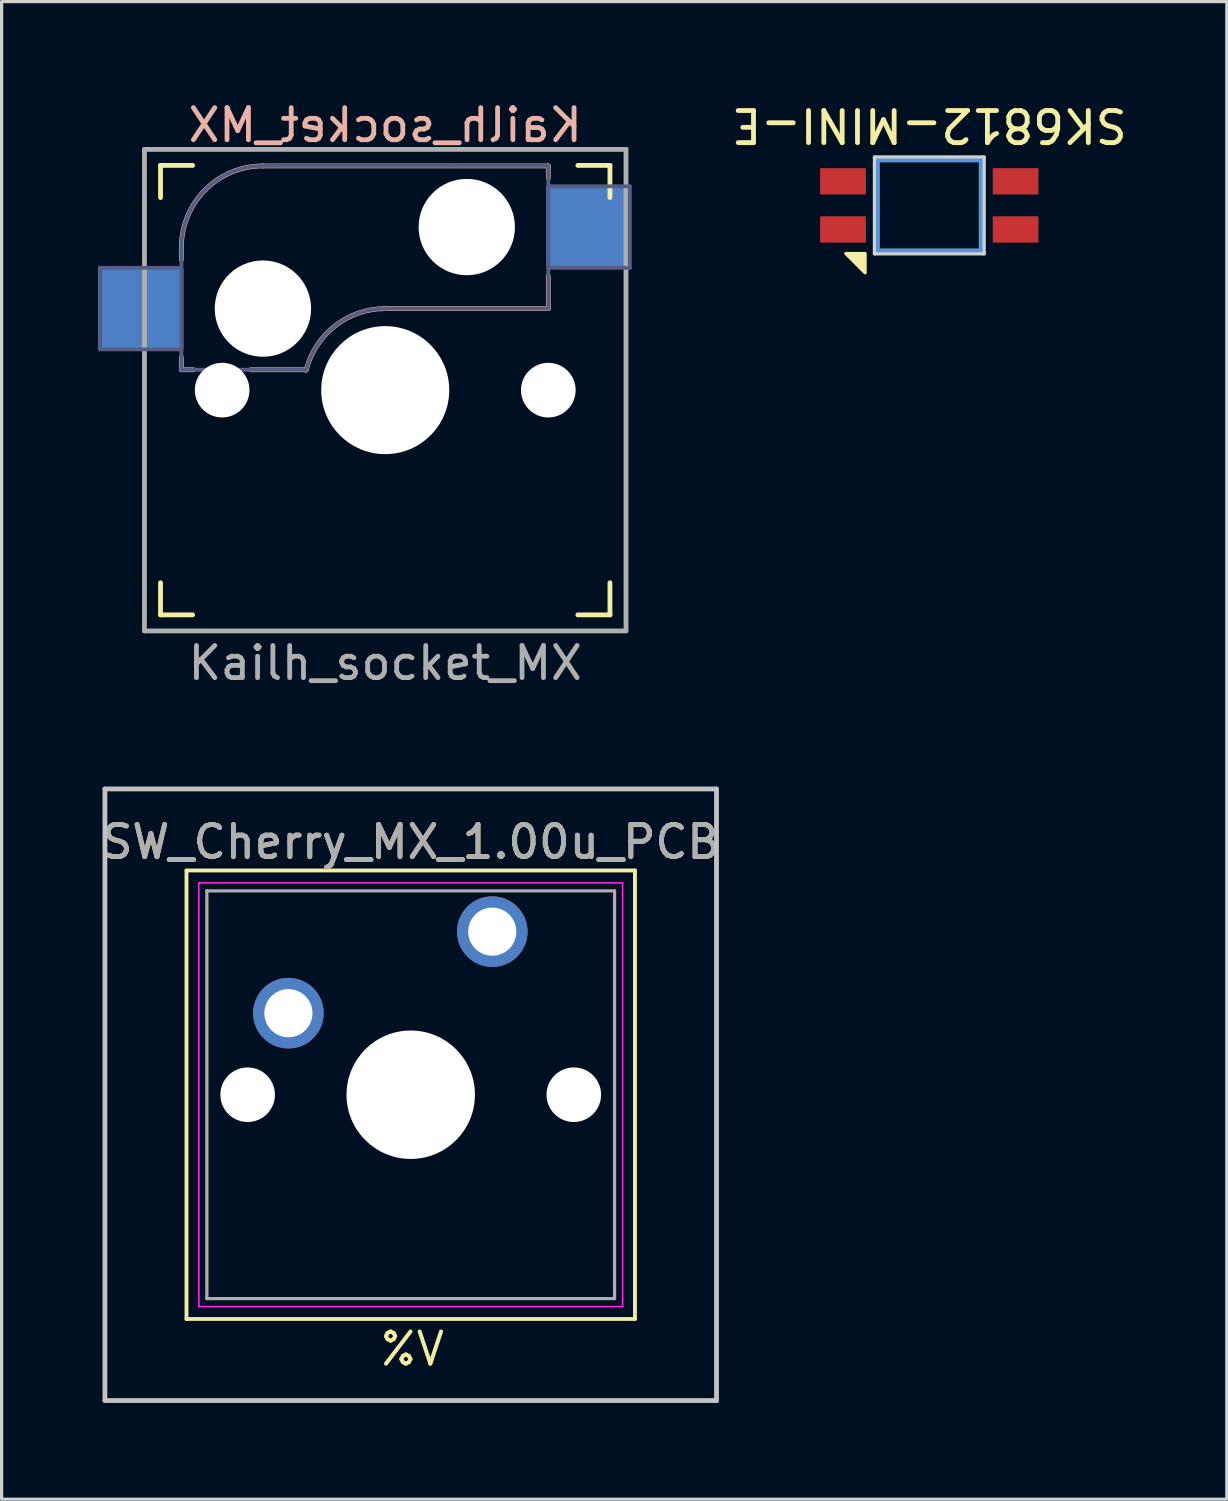
<source format=kicad_pcb>
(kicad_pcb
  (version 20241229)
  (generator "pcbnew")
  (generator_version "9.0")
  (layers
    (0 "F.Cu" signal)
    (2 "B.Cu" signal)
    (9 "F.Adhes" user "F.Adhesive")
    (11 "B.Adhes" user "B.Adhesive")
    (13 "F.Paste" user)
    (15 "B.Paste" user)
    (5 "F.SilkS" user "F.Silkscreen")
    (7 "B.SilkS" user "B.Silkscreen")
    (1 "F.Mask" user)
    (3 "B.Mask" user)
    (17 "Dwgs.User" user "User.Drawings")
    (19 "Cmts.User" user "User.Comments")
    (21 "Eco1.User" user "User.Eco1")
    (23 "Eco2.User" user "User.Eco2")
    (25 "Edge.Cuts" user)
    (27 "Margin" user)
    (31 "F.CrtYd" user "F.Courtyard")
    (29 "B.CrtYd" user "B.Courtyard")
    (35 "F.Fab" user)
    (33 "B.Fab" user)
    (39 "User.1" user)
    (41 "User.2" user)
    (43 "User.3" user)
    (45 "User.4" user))
  (footprint "SK6812-MINI-E"
    (layer "F.Cu")
    (at 25.898 3.348)
    (property "Reference" "SK6812-MINI-E" (at 0 -2.5 180) (unlocked yes) (layer "F.SilkS") (effects (font (size 1 1) (thickness 0.15))))
    (attr through_hole)
    (fp_poly (pts (xy -2.6 1.5) (xy -2 1.5) (xy -2 2.1)) (stroke (width 0.1) (type solid)) (fill yes) (layer "F.SilkS"))
    (fp_line (start -1.6 -1.4) (end 1.6 -1.4) (stroke (width 0.12) (type solid)) (layer "Cmts.User"))
    (fp_line (start -1.6 1.4) (end -1.6 -1.4) (stroke (width 0.12) (type solid)) (layer "Cmts.User"))
    (fp_line (start 1.6 -1.4) (end 1.6 1.4) (stroke (width 0.12) (type solid)) (layer "Cmts.User"))
    (fp_line (start 1.6 1.4) (end -1.6 1.4) (stroke (width 0.12) (type solid)) (layer "Cmts.User"))
    (fp_line (start -1.7 -1.5) (end 1.7 -1.5) (stroke (width 0.12) (type solid)) (layer "Edge.Cuts"))
    (fp_line (start -1.7 1.5) (end -1.7 -1.5) (stroke (width 0.12) (type solid)) (layer "Edge.Cuts"))
    (fp_line (start 1.7 -1.5) (end 1.7 1.5) (stroke (width 0.12) (type solid)) (layer "Edge.Cuts"))
    (fp_line (start 1.7 1.5) (end -1.7 1.5) (stroke (width 0.12) (type solid)) (layer "Edge.Cuts"))
    (pad "1" smd rect (at 2.688 0.75) (size 1.425 0.82) (layers "F.Cu" "F.Mask" "F.Paste"))
    (pad "2" smd rect (at -2.688 0.75) (size 1.425 0.82) (layers "F.Cu" "F.Mask" "F.Paste"))
    (pad "3" smd rect (at -2.688 -0.75) (size 1.425 0.82) (layers "F.Cu" "F.Mask" "F.Paste"))
    (pad "4" smd rect (at 2.688 -0.75) (size 1.425 0.82) (layers "F.Cu" "F.Mask" "F.Paste")))
  (footprint "Kailh_socket_MX"
    (layer "F.Cu")
    (at 8.95 9.103)
    (property "Reference" "Kailh_socket_MX" (at 0 -8.255 0) (layer "B.SilkS") (effects (font (size 1 1) (thickness 0.15)) (justify mirror)))
    (attr smd)
    (fp_line (start -7 -6) (end -7 -7) (stroke (width 0.15) (type solid)) (layer "F.SilkS"))
    (fp_line (start -7 7) (end -7 6) (stroke (width 0.15) (type solid)) (layer "F.SilkS"))
    (fp_line (start -7 7) (end -6 7) (stroke (width 0.15) (type solid)) (layer "F.SilkS"))
    (fp_line (start -6 -7) (end -7 -7) (stroke (width 0.15) (type solid)) (layer "F.SilkS"))
    (fp_line (start 6 7) (end 7 7) (stroke (width 0.15) (type solid)) (layer "F.SilkS"))
    (fp_line (start 7 -7) (end 6 -7) (stroke (width 0.15) (type solid)) (layer "F.SilkS"))
    (fp_line (start 7 -7) (end 7 -6) (stroke (width 0.15) (type solid)) (layer "F.SilkS"))
    (fp_line (start 7 6) (end 7 7) (stroke (width 0.15) (type solid)) (layer "F.SilkS"))
    (fp_line (start -6.35 -4.445) (end -6.35 -4.064) (stroke (width 0.15) (type solid)) (layer "B.SilkS"))
    (fp_line (start -6.35 -1.016) (end -6.35 -0.635) (stroke (width 0.15) (type solid)) (layer "B.SilkS"))
    (fp_line (start -5.969 -0.635) (end -6.35 -0.635) (stroke (width 0.15) (type solid)) (layer "B.SilkS"))
    (fp_line (start -3.81 -6.985) (end 5.08 -6.985) (stroke (width 0.15) (type solid)) (layer "B.SilkS"))
    (fp_line (start -2.464 -0.635) (end -4.191 -0.635) (stroke (width 0.15) (type solid)) (layer "B.SilkS"))
    (fp_line (start 5.08 -6.985) (end 5.08 -6.604) (stroke (width 0.15) (type solid)) (layer "B.SilkS"))
    (fp_line (start 5.08 -3.556) (end 5.08 -2.54) (stroke (width 0.15) (type solid)) (layer "B.SilkS"))
    (fp_line (start 5.08 -2.54) (end 0 -2.54) (stroke (width 0.15) (type solid)) (layer "B.SilkS"))
    (fp_arc (start -6.35 -4.445) (mid -5.606051 -6.241051) (end -3.81 -6.985) (stroke (width 0.15) (type solid)) (layer "B.SilkS"))
    (fp_arc (start -2.464162 -0.61604) (mid -1.563147 -2.002042) (end 0 -2.54) (stroke (width 0.15) (type solid)) (layer "B.SilkS"))
    (fp_line (start -6.9 6.9) (end -6.9 -6.9) (stroke (width 0.15) (type solid)) (layer "Eco2.User"))
    (fp_line (start -6.9 6.9) (end 6.9 6.9) (stroke (width 0.15) (type solid)) (layer "Eco2.User"))
    (fp_line (start 6.9 -6.9) (end -6.9 -6.9) (stroke (width 0.15) (type solid)) (layer "Eco2.User"))
    (fp_line (start 6.9 -6.9) (end 6.9 6.9) (stroke (width 0.15) (type solid)) (layer "Eco2.User"))
    (fp_line (start -8.89 -3.81) (end -6.35 -3.81) (stroke (width 0.12) (type solid)) (layer "B.Fab"))
    (fp_line (start -8.89 -1.27) (end -8.89 -3.81) (stroke (width 0.12) (type solid)) (layer "B.Fab"))
    (fp_line (start -6.35 -1.27) (end -8.89 -1.27) (stroke (width 0.12) (type solid)) (layer "B.Fab"))
    (fp_line (start -6.35 -0.635) (end -6.35 -4.445) (stroke (width 0.12) (type solid)) (layer "B.Fab"))
    (fp_line (start -6.35 -0.635) (end -2.54 -0.635) (stroke (width 0.12) (type solid)) (layer "B.Fab"))
    (fp_line (start -3.81 -6.985) (end 5.08 -6.985) (stroke (width 0.12) (type solid)) (layer "B.Fab"))
    (fp_line (start 5.08 -6.985) (end 5.08 -2.54) (stroke (width 0.12) (type solid)) (layer "B.Fab"))
    (fp_line (start 5.08 -6.35) (end 7.62 -6.35) (stroke (width 0.12) (type solid)) (layer "B.Fab"))
    (fp_line (start 5.08 -2.54) (end 0 -2.54) (stroke (width 0.12) (type solid)) (layer "B.Fab"))
    (fp_line (start 7.62 -6.35) (end 7.62 -3.81) (stroke (width 0.12) (type solid)) (layer "B.Fab"))
    (fp_line (start 7.62 -3.81) (end 5.08 -3.81) (stroke (width 0.12) (type solid)) (layer "B.Fab"))
    (fp_arc (start -6.35 -4.445) (mid -5.606051 -6.241051) (end -3.81 -6.985) (stroke (width 0.12) (type solid)) (layer "B.Fab"))
    (fp_arc (start -2.464162 -0.61604) (mid -1.563147 -2.002042) (end 0 -2.54) (stroke (width 0.12) (type solid)) (layer "B.Fab"))
    (fp_line (start -7.5 -7.5) (end 7.5 -7.5) (stroke (width 0.15) (type solid)) (layer "F.Fab"))
    (fp_line (start -7.5 7.5) (end -7.5 -7.5) (stroke (width 0.15) (type solid)) (layer "F.Fab"))
    (fp_line (start 7.5 -7.5) (end 7.5 7.5) (stroke (width 0.15) (type solid)) (layer "F.Fab"))
    (fp_line (start 7.5 7.5) (end -7.5 7.5) (stroke (width 0.15) (type solid)) (layer "F.Fab"))
    (fp_text user "${REFERENCE}" (at 0 8.5 180) (layer "F.Fab") (effects (font (size 1 1) (thickness 0.15))))
    (pad "" np_thru_hole circle (at -5.08 0) (size 1.702 1.702) (drill 1.702) (layers "*.Cu" "*.Mask"))
    (pad "" np_thru_hole circle (at -3.81 -2.54) (size 3 3) (drill 3) (layers "*.Cu" "*.Mask"))
    (pad "" np_thru_hole circle (at 0 0) (size 3.988 3.988) (drill 3.988) (layers "*.Cu" "*.Mask"))
    (pad "" np_thru_hole circle (at 2.54 -5.08) (size 3 3) (drill 3) (layers "*.Cu" "*.Mask"))
    (pad "" np_thru_hole circle (at 5.08 0) (size 1.702 1.702) (drill 1.702) (layers "*.Cu" "*.Mask"))
    (pad "1" smd rect (at 6.29 -5.08) (size 2.55 2.5) (layers "B.Cu" "B.Mask" "B.Paste"))
    (pad "2" smd rect (at -7.56 -2.54) (size 2.55 2.5) (layers "B.Cu" "B.Mask" "B.Paste")))
  (footprint "SW_Cherry_MX_1.00u_PCB"
    (layer "F.Cu")
    (at 12.284 25.971)
    (property "Reference" "SW_Cherry_MX_1.00u_PCB" (at -2.54 -2.794 0) (layer "F.SilkS") (effects (font (size 1 1) (thickness 0.15))))
    (property "Value" "%V" (at -2.5 13 0) (layer "F.Fab") (hide yes) (effects (font (size 1 1) (thickness 0.15))))
    (attr through_hole)
    (fp_line (start -9.525 -1.905) (end 4.445 -1.905) (stroke (width 0.12) (type solid)) (layer "F.SilkS"))
    (fp_line (start -9.525 12.065) (end -9.525 -1.905) (stroke (width 0.12) (type solid)) (layer "F.SilkS"))
    (fp_line (start 4.445 -1.905) (end 4.445 12.065) (stroke (width 0.12) (type solid)) (layer "F.SilkS"))
    (fp_line (start 4.445 12.065) (end -9.525 12.065) (stroke (width 0.12) (type solid)) (layer "F.SilkS"))
    (fp_line (start -12.065 -4.445) (end 6.985 -4.445) (stroke (width 0.15) (type solid)) (layer "Dwgs.User"))
    (fp_line (start -12.065 14.605) (end -12.065 -4.445) (stroke (width 0.15) (type solid)) (layer "Dwgs.User"))
    (fp_line (start 6.985 -4.445) (end 6.985 14.605) (stroke (width 0.15) (type solid)) (layer "Dwgs.User"))
    (fp_line (start 6.985 14.605) (end -12.065 14.605) (stroke (width 0.15) (type solid)) (layer "Dwgs.User"))
    (fp_line (start -9.14 -1.52) (end 4.06 -1.52) (stroke (width 0.05) (type solid)) (layer "F.CrtYd"))
    (fp_line (start -9.14 11.68) (end -9.14 -1.52) (stroke (width 0.05) (type solid)) (layer "F.CrtYd"))
    (fp_line (start 4.06 -1.52) (end 4.06 11.68) (stroke (width 0.05) (type solid)) (layer "F.CrtYd"))
    (fp_line (start 4.06 11.68) (end -9.14 11.68) (stroke (width 0.05) (type solid)) (layer "F.CrtYd"))
    (fp_line (start -8.89 -1.27) (end 3.81 -1.27) (stroke (width 0.1) (type solid)) (layer "F.Fab"))
    (fp_line (start -8.89 11.43) (end -8.89 -1.27) (stroke (width 0.1) (type solid)) (layer "F.Fab"))
    (fp_line (start 3.81 -1.27) (end 3.81 11.43) (stroke (width 0.1) (type solid)) (layer "F.Fab"))
    (fp_line (start 3.81 11.43) (end -8.89 11.43) (stroke (width 0.1) (type solid)) (layer "F.Fab"))
    (fp_text user "${VALUE}" (at -2.5 13 0) (unlocked yes) (layer "F.SilkS") (effects (font (size 1 1) (thickness 0.125))))
    (fp_text user "${REFERENCE}" (at -2.54 -2.794 0) (layer "F.Fab") (effects (font (size 1 1) (thickness 0.15))))
    (pad "" np_thru_hole circle (at -7.62 5.08) (size 1.7 1.7) (drill 1.7) (layers "*.Cu" "*.Mask"))
    (pad "" np_thru_hole circle (at -2.54 5.08) (size 4 4) (drill 4) (layers "*.Cu" "*.Mask"))
    (pad "" np_thru_hole circle (at 2.54 5.08) (size 1.7 1.7) (drill 1.7) (layers "*.Cu" "*.Mask"))
    (pad "1" thru_hole circle (at 0 0) (size 2.2 2.2) (drill 1.5) (layers "*.Cu" "*.Mask"))
    (pad "2" thru_hole circle (at -6.35 2.54) (size 2.2 2.2) (drill 1.5) (layers "*.Cu" "*.Mask")))
  (gr_rect
    (start -3 -3)
    (end 35.166 43.651)
    (stroke (width 0.1) (type default))
    (fill no)
    (layer "Edge.Cuts")))
</source>
